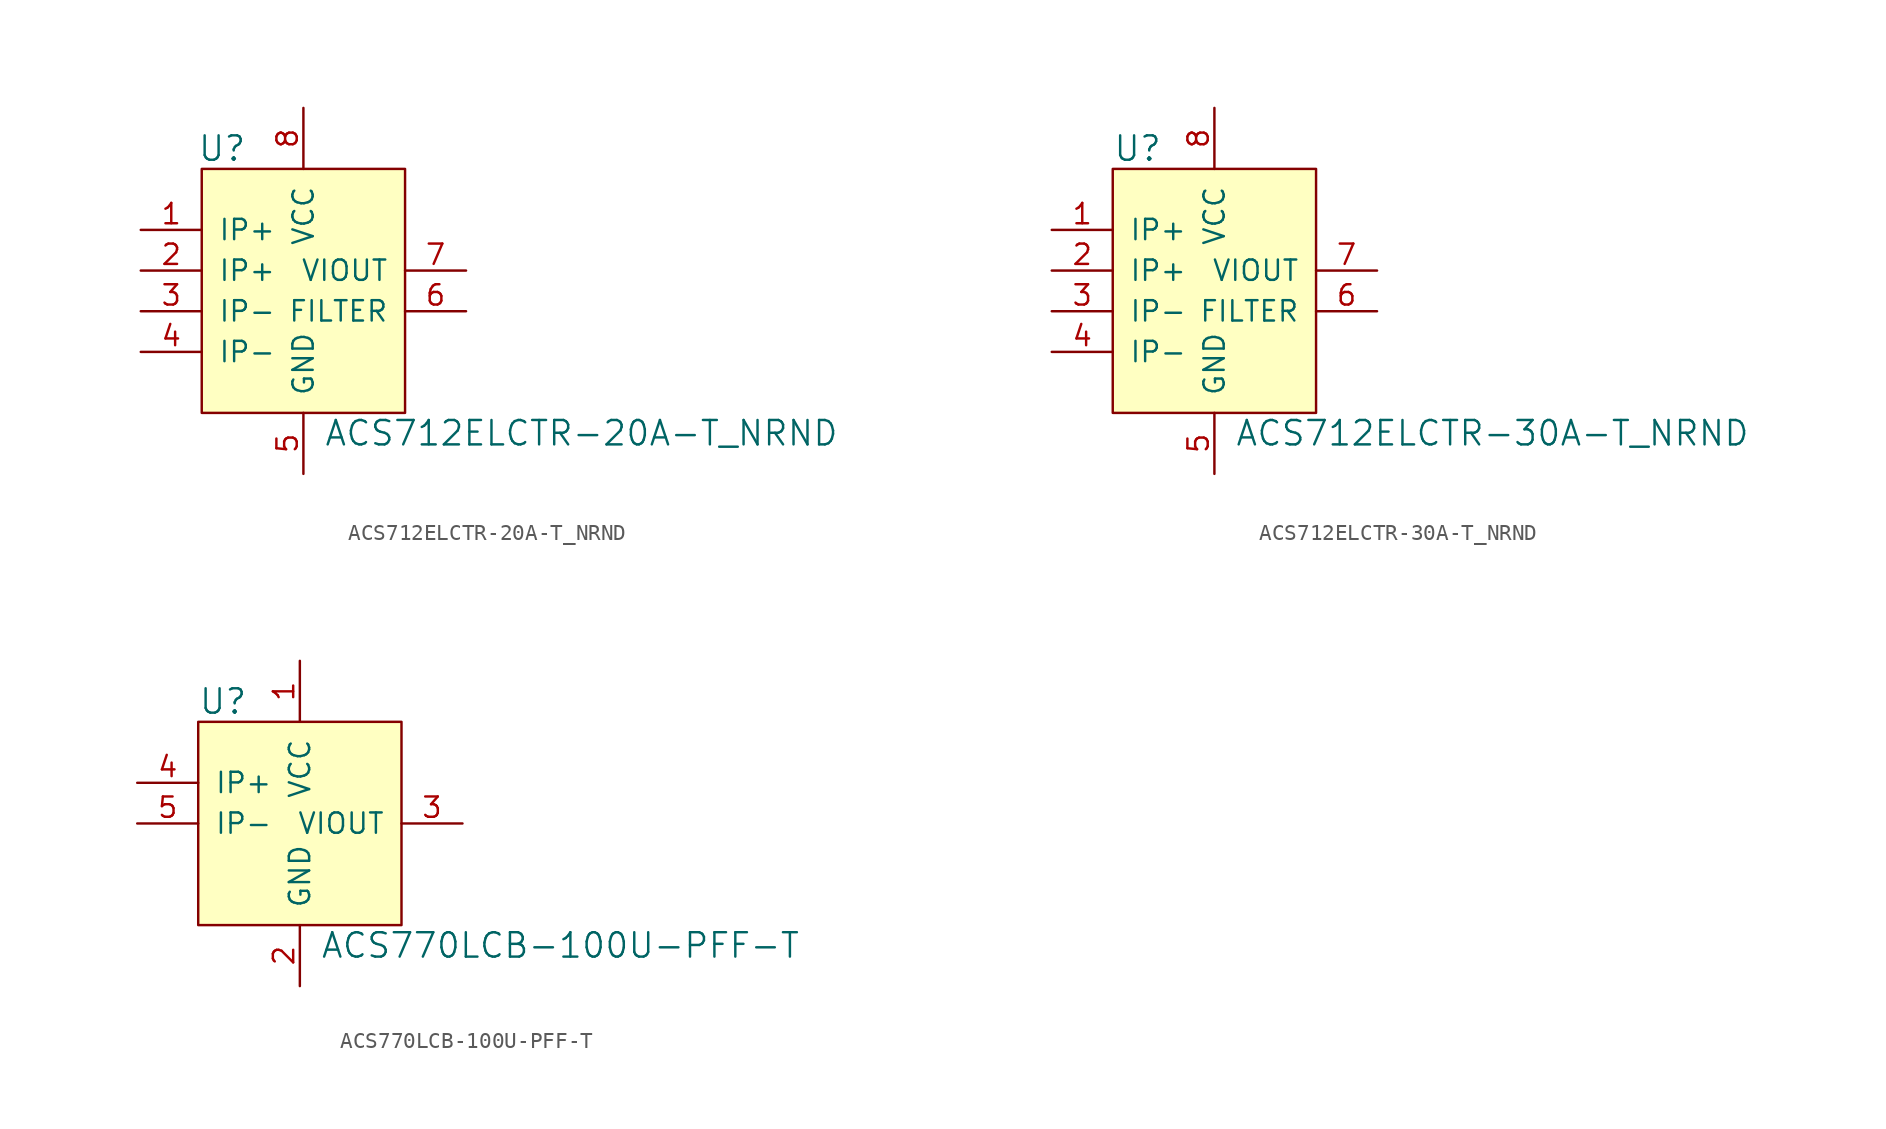
<source format=kicad_sym>
(kicad_symbol_lib
  (version 20220914)
  (generator kicad_symbol_editor)
  (symbol "ACS712ELCTR-20A-T_NRND"
    (pin_names
      (offset 1.016))
    (property "Reference" "U"
      (at -5.08 7.62 0)
      (effects (font (size 1.524 1.524))))
    (property "Value" "ACS712ELCTR-20A-T_NRND"
      (at 1.27 -10.16 0)
      (effects (font (size 1.524 1.524)) (justify left)))
    (symbol "ACS712ELCTR-20A-T_NRND_1_1"
      (rectangle (start -6.35 6.35) (end 6.35 -8.89) (stroke (width 0) (type solid)) (fill (type background)))
      (pin input line (at -10.16 2.54 0) (length 3.81) (name "IP+" (effects (font (size 1.27 1.27)))) (number "1" (effects (font (size 1.27 1.27)))))
      (pin input line (at -10.16 0 0) (length 3.81) (name "IP+" (effects (font (size 1.27 1.27)))) (number "2" (effects (font (size 1.27 1.27)))))
      (pin input line (at -10.16 -2.54 0) (length 3.81) (name "IP-" (effects (font (size 1.27 1.27)))) (number "3" (effects (font (size 1.27 1.27)))))
      (pin input line (at -10.16 -5.08 0) (length 3.81) (name "IP-" (effects (font (size 1.27 1.27)))) (number "4" (effects (font (size 1.27 1.27)))))
      (pin power_in line (at 0 -12.7 90) (length 3.81) (name "GND" (effects (font (size 1.27 1.27)))) (number "5" (effects (font (size 1.27 1.27)))))
      (pin unspecified line (at 10.16 -2.54 180) (length 3.81) (name "FILTER" (effects (font (size 1.27 1.27)))) (number "6" (effects (font (size 1.27 1.27)))))
      (pin output line (at 10.16 0 180) (length 3.81) (name "VIOUT" (effects (font (size 1.27 1.27)))) (number "7" (effects (font (size 1.27 1.27)))))
      (pin power_in line (at 0 10.16 270) (length 3.81) (name "VCC" (effects (font (size 1.27 1.27)))) (number "8" (effects (font (size 1.27 1.27)))))))
  (symbol "ACS712ELCTR-30A-T_NRND"
    (pin_names
      (offset 1.016))
    (property "Reference" "U"
      (at -6.35 7.62 0)
      (effects (font (size 1.524 1.524)) (justify left)))
    (property "Value" "ACS712ELCTR-30A-T_NRND"
      (at 1.27 -10.16 0)
      (effects (font (size 1.524 1.524)) (justify left)))
    (symbol "ACS712ELCTR-30A-T_NRND_1_1"
      (rectangle (start -6.35 6.35) (end 6.35 -8.89) (stroke (width 0) (type solid)) (fill (type background)))
      (pin input line (at -10.16 2.54 0) (length 3.81) (name "IP+" (effects (font (size 1.27 1.27)))) (number "1" (effects (font (size 1.27 1.27)))))
      (pin input line (at -10.16 0 0) (length 3.81) (name "IP+" (effects (font (size 1.27 1.27)))) (number "2" (effects (font (size 1.27 1.27)))))
      (pin input line (at -10.16 -2.54 0) (length 3.81) (name "IP-" (effects (font (size 1.27 1.27)))) (number "3" (effects (font (size 1.27 1.27)))))
      (pin input line (at -10.16 -5.08 0) (length 3.81) (name "IP-" (effects (font (size 1.27 1.27)))) (number "4" (effects (font (size 1.27 1.27)))))
      (pin power_in line (at 0 -12.7 90) (length 3.81) (name "GND" (effects (font (size 1.27 1.27)))) (number "5" (effects (font (size 1.27 1.27)))))
      (pin unspecified line (at 10.16 -2.54 180) (length 3.81) (name "FILTER" (effects (font (size 1.27 1.27)))) (number "6" (effects (font (size 1.27 1.27)))))
      (pin output line (at 10.16 0 180) (length 3.81) (name "VIOUT" (effects (font (size 1.27 1.27)))) (number "7" (effects (font (size 1.27 1.27)))))
      (pin power_in line (at 0 10.16 270) (length 3.81) (name "VCC" (effects (font (size 1.27 1.27)))) (number "8" (effects (font (size 1.27 1.27)))))))
  (symbol "ACS770LCB-100U-PFF-T"
    (pin_names
      (offset 1.016))
    (property "Reference" "U"
      (at -6.35 7.62 0)
      (effects (font (size 1.524 1.524)) (justify left)))
    (property "Value" "ACS770LCB-100U-PFF-T"
      (at 1.27 -7.62 0)
      (effects (font (size 1.524 1.524)) (justify left)))
    (symbol "ACS770LCB-100U-PFF-T_1_1"
      (rectangle (start -6.35 6.35) (end 6.35 -6.35) (stroke (width 0) (type solid)) (fill (type background)))
      (pin power_in line (at 0 10.16 270) (length 3.81) (name "VCC" (effects (font (size 1.27 1.27)))) (number "1" (effects (font (size 1.27 1.27)))))
      (pin power_in line (at 0 -10.16 90) (length 3.81) (name "GND" (effects (font (size 1.27 1.27)))) (number "2" (effects (font (size 1.27 1.27)))))
      (pin output line (at 10.16 0 180) (length 3.81) (name "VIOUT" (effects (font (size 1.27 1.27)))) (number "3" (effects (font (size 1.27 1.27)))))
      (pin input line (at -10.16 2.54 0) (length 3.81) (name "IP+" (effects (font (size 1.27 1.27)))) (number "4" (effects (font (size 1.27 1.27)))))
      (pin input line (at -10.16 0 0) (length 3.81) (name "IP-" (effects (font (size 1.27 1.27)))) (number "5" (effects (font (size 1.27 1.27))))))))
</source>
